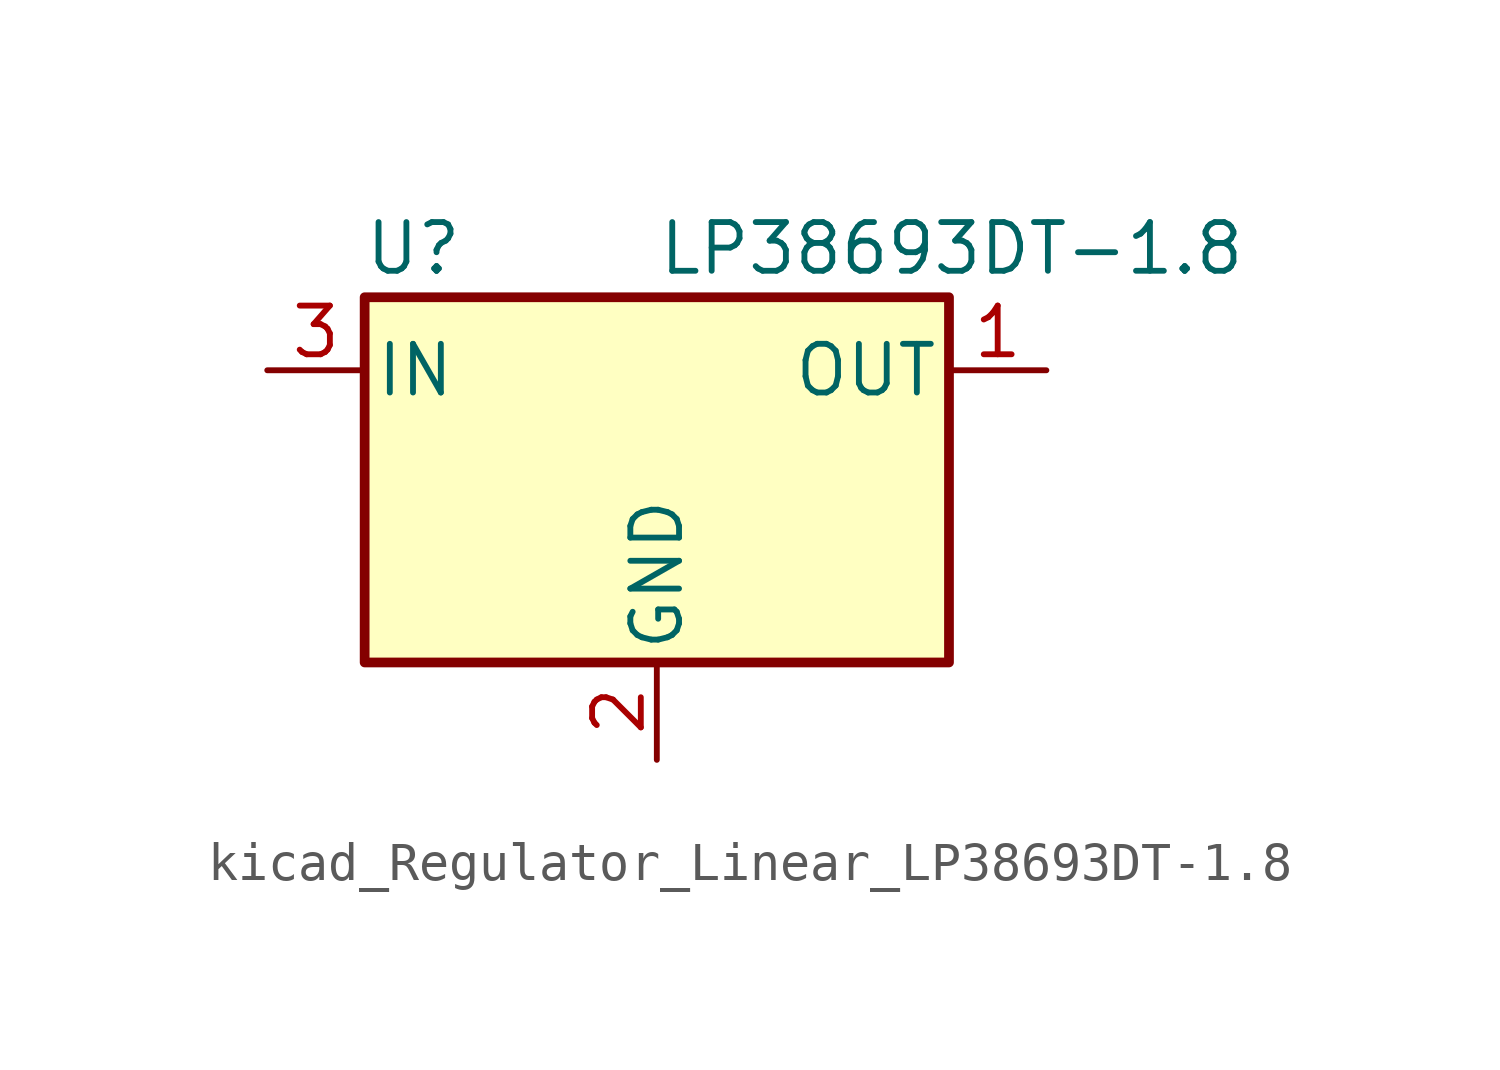
<source format=kicad_sym>
(kicad_symbol_lib
  (version 20220914)
  (generator kicad_symbol_editor)
  (symbol "kicad_Regulator_Linear_LP38693DT-1.8"
    (pin_names
      (offset 0.254))
    (property "Reference" "U"
      (at -6.35 5.715 0)
      (effects (font (size 1.27 1.27))))
    (property "Value" "LP38693DT-1.8"
      (at 0 5.715 0)
      (effects (font (size 1.27 1.27)) (justify left)))
    (symbol "kicad_Regulator_Linear_LP38693DT-1.8_0_1"
      (rectangle (start -7.62 -5.08) (end 7.62 4.445) (stroke (width 0.254) (type default)) (fill (type background))))
    (symbol "kicad_Regulator_Linear_LP38693DT-1.8_1_1"
      (pin power_out line (at 10.16 2.54 180) (length 2.54) (name "OUT" (effects (font (size 1.27 1.27)))) (number "1" (effects (font (size 1.27 1.27)))))
      (pin power_in line (at 0 -7.62 90) (length 2.54) (name "GND" (effects (font (size 1.27 1.27)))) (number "2" (effects (font (size 1.27 1.27)))))
      (pin power_in line (at -10.16 2.54 0) (length 2.54) (name "IN" (effects (font (size 1.27 1.27)))) (number "3" (effects (font (size 1.27 1.27))))))))
</source>
